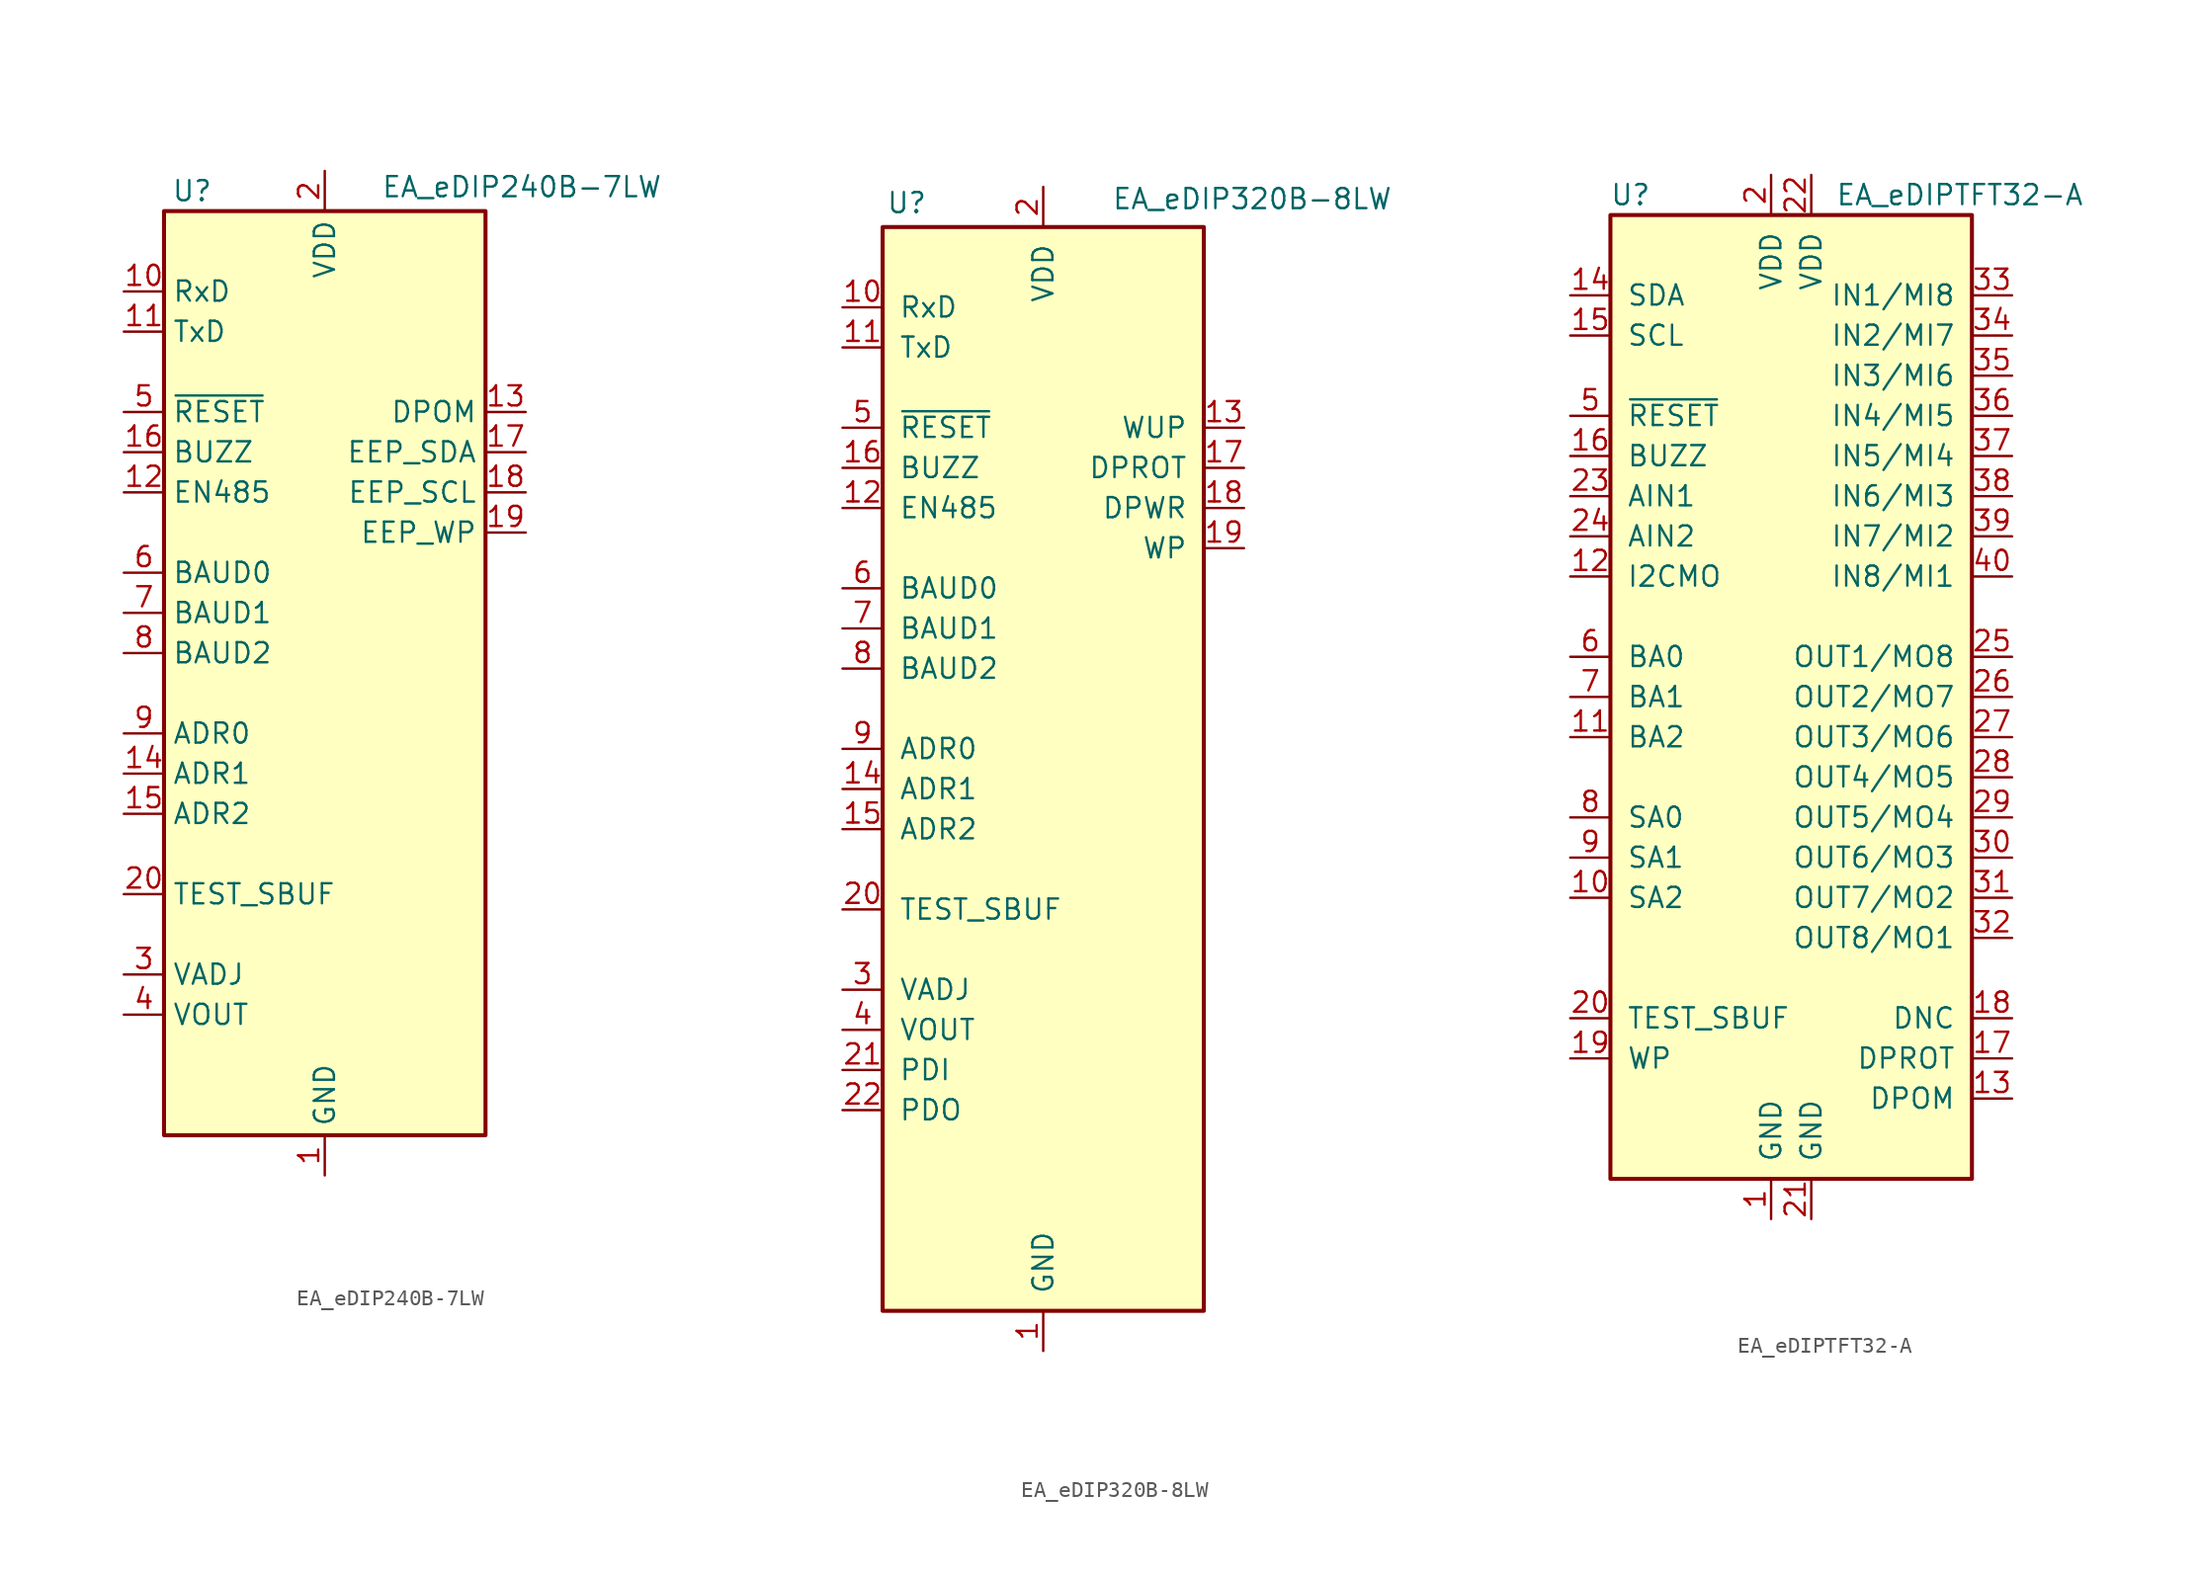
<source format=kicad_sym>
(kicad_symbol_lib
  (version 20201005)
  (generator kicad_symbol_editor)
  (symbol "Display_Graphic:EA_eDIP240B-7LW"
    (property "Reference" "U"
      (at -8.382 29.21 0)
      (effects (font (size 1.27 1.27))))
    (property "Value" "EA_eDIP240B-7LW"
      (at 3.556 29.464 0)
      (effects (font (size 1.27 1.27)) (justify left)))
    (symbol "EA_eDIP240B-7LW_0_1"
      (rectangle (start -10.16 27.94) (end 10.16 -30.48) (stroke (width 0.254)) (fill (type background))))
    (symbol "EA_eDIP240B-7LW_1_1"
      (pin power_in line (at 0 -33.02 90) (length 2.54) (name "GND" (effects (font (size 1.27 1.27)))) (number "1" (effects (font (size 1.27 1.27)))))
      (pin input line (at -12.7 22.86 0) (length 2.54) (name "RxD" (effects (font (size 1.27 1.27)))) (number "10" (effects (font (size 1.27 1.27)))))
      (pin output line (at -12.7 20.32 0) (length 2.54) (name "TxD" (effects (font (size 1.27 1.27)))) (number "11" (effects (font (size 1.27 1.27)))))
      (pin output line (at -12.7 10.16 0) (length 2.54) (name "EN485" (effects (font (size 1.27 1.27)))) (number "12" (effects (font (size 1.27 1.27)))))
      (pin input line (at 12.7 15.24 180) (length 2.54) (name "DPOM" (effects (font (size 1.27 1.27)))) (number "13" (effects (font (size 1.27 1.27)))))
      (pin input line (at -12.7 -7.62 0) (length 2.54) (name "ADR1" (effects (font (size 1.27 1.27)))) (number "14" (effects (font (size 1.27 1.27)))))
      (pin input line (at -12.7 -10.16 0) (length 2.54) (name "ADR2" (effects (font (size 1.27 1.27)))) (number "15" (effects (font (size 1.27 1.27)))))
      (pin output line (at -12.7 12.7 0) (length 2.54) (name "BUZZ" (effects (font (size 1.27 1.27)))) (number "16" (effects (font (size 1.27 1.27)))))
      (pin bidirectional line (at 12.7 12.7 180) (length 2.54) (name "EEP_SDA" (effects (font (size 1.27 1.27)))) (number "17" (effects (font (size 1.27 1.27)))))
      (pin output line (at 12.7 10.16 180) (length 2.54) (name "EEP_SCL" (effects (font (size 1.27 1.27)))) (number "18" (effects (font (size 1.27 1.27)))))
      (pin input line (at 12.7 7.62 180) (length 2.54) (name "EEP_WP" (effects (font (size 1.27 1.27)))) (number "19" (effects (font (size 1.27 1.27)))))
      (pin power_in line (at 0 30.48 270) (length 2.54) (name "VDD" (effects (font (size 1.27 1.27)))) (number "2" (effects (font (size 1.27 1.27)))))
      (pin open_collector line (at -12.7 -15.24 0) (length 2.54) (name "TEST_SBUF" (effects (font (size 1.27 1.27)))) (number "20" (effects (font (size 1.27 1.27)))))
      (pin no_connect line (at -10.16 -25.4 0) (length 2.54) hide (name "NC" (effects (font (size 1.27 1.27)))) (number "21" (effects (font (size 1.27 1.27)))))
      (pin no_connect line (at -10.16 -27.94 0) (length 2.54) hide (name "NC" (effects (font (size 1.27 1.27)))) (number "22" (effects (font (size 1.27 1.27)))))
      (pin no_connect line (at 10.16 25.4 180) (length 2.54) hide (name "NC" (effects (font (size 1.27 1.27)))) (number "23" (effects (font (size 1.27 1.27)))))
      (pin no_connect line (at 10.16 22.86 180) (length 2.54) hide (name "NC" (effects (font (size 1.27 1.27)))) (number "24" (effects (font (size 1.27 1.27)))))
      (pin no_connect line (at 10.16 20.32 180) (length 2.54) hide (name "NC" (effects (font (size 1.27 1.27)))) (number "25" (effects (font (size 1.27 1.27)))))
      (pin no_connect line (at 10.16 17.78 180) (length 2.54) hide (name "NC" (effects (font (size 1.27 1.27)))) (number "26" (effects (font (size 1.27 1.27)))))
      (pin no_connect line (at 10.16 5.08 180) (length 2.54) hide (name "NC" (effects (font (size 1.27 1.27)))) (number "27" (effects (font (size 1.27 1.27)))))
      (pin no_connect line (at 10.16 2.54 180) (length 2.54) hide (name "NC" (effects (font (size 1.27 1.27)))) (number "28" (effects (font (size 1.27 1.27)))))
      (pin no_connect line (at 10.16 0 180) (length 2.54) hide (name "NC" (effects (font (size 1.27 1.27)))) (number "29" (effects (font (size 1.27 1.27)))))
      (pin input line (at -12.7 -20.32 0) (length 2.54) (name "VADJ" (effects (font (size 1.27 1.27)))) (number "3" (effects (font (size 1.27 1.27)))))
      (pin no_connect line (at 10.16 -2.54 180) (length 2.54) hide (name "NC" (effects (font (size 1.27 1.27)))) (number "30" (effects (font (size 1.27 1.27)))))
      (pin no_connect line (at 10.16 -5.08 180) (length 2.54) hide (name "NC" (effects (font (size 1.27 1.27)))) (number "31" (effects (font (size 1.27 1.27)))))
      (pin no_connect line (at 10.16 -7.62 180) (length 2.54) hide (name "NC" (effects (font (size 1.27 1.27)))) (number "32" (effects (font (size 1.27 1.27)))))
      (pin no_connect line (at 10.16 -10.16 180) (length 2.54) hide (name "NC" (effects (font (size 1.27 1.27)))) (number "33" (effects (font (size 1.27 1.27)))))
      (pin no_connect line (at 10.16 -12.7 180) (length 2.54) hide (name "NC" (effects (font (size 1.27 1.27)))) (number "34" (effects (font (size 1.27 1.27)))))
      (pin no_connect line (at 10.16 -15.24 180) (length 2.54) hide (name "NC" (effects (font (size 1.27 1.27)))) (number "35" (effects (font (size 1.27 1.27)))))
      (pin no_connect line (at 10.16 -17.78 180) (length 2.54) hide (name "NC" (effects (font (size 1.27 1.27)))) (number "36" (effects (font (size 1.27 1.27)))))
      (pin no_connect line (at 10.16 -20.32 180) (length 2.54) hide (name "NC" (effects (font (size 1.27 1.27)))) (number "37" (effects (font (size 1.27 1.27)))))
      (pin no_connect line (at 10.16 -22.86 180) (length 2.54) hide (name "NC" (effects (font (size 1.27 1.27)))) (number "38" (effects (font (size 1.27 1.27)))))
      (pin no_connect line (at 10.16 -25.4 180) (length 2.54) hide (name "NC" (effects (font (size 1.27 1.27)))) (number "39" (effects (font (size 1.27 1.27)))))
      (pin output line (at -12.7 -22.86 0) (length 2.54) (name "VOUT" (effects (font (size 1.27 1.27)))) (number "4" (effects (font (size 1.27 1.27)))))
      (pin no_connect line (at 10.16 -27.94 180) (length 2.54) hide (name "NC" (effects (font (size 1.27 1.27)))) (number "40" (effects (font (size 1.27 1.27)))))
      (pin input line (at -12.7 15.24 0) (length 2.54) (name "~RESET" (effects (font (size 1.27 1.27)))) (number "5" (effects (font (size 1.27 1.27)))))
      (pin input line (at -12.7 5.08 0) (length 2.54) (name "BAUD0" (effects (font (size 1.27 1.27)))) (number "6" (effects (font (size 1.27 1.27)))))
      (pin input line (at -12.7 2.54 0) (length 2.54) (name "BAUD1" (effects (font (size 1.27 1.27)))) (number "7" (effects (font (size 1.27 1.27)))))
      (pin input line (at -12.7 0 0) (length 2.54) (name "BAUD2" (effects (font (size 1.27 1.27)))) (number "8" (effects (font (size 1.27 1.27)))))
      (pin input line (at -12.7 -5.08 0) (length 2.54) (name "ADR0" (effects (font (size 1.27 1.27)))) (number "9" (effects (font (size 1.27 1.27)))))))
  (symbol "Display_Graphic:EA_eDIP320B-8LW"
    (pin_names
      (offset 1.016))
    (property "Reference" "U"
      (at -8.636 29.464 0)
      (effects (font (size 1.27 1.27))))
    (property "Value" "EA_eDIP320B-8LW"
      (at 4.318 29.718 0)
      (effects (font (size 1.27 1.27)) (justify left)))
    (symbol "EA_eDIP320B-8LW_0_1"
      (rectangle (start -10.16 27.94) (end 10.16 -40.64) (stroke (width 0.254)) (fill (type background))))
    (symbol "EA_eDIP320B-8LW_1_1"
      (pin power_in line (at 0 -43.18 90) (length 2.54) (name "GND" (effects (font (size 1.27 1.27)))) (number "1" (effects (font (size 1.27 1.27)))))
      (pin input line (at -12.7 22.86 0) (length 2.54) (name "RxD" (effects (font (size 1.27 1.27)))) (number "10" (effects (font (size 1.27 1.27)))))
      (pin output line (at -12.7 20.32 0) (length 2.54) (name "TxD" (effects (font (size 1.27 1.27)))) (number "11" (effects (font (size 1.27 1.27)))))
      (pin output line (at -12.7 10.16 0) (length 2.54) (name "EN485" (effects (font (size 1.27 1.27)))) (number "12" (effects (font (size 1.27 1.27)))))
      (pin input line (at 12.7 15.24 180) (length 2.54) (name "WUP" (effects (font (size 1.27 1.27)))) (number "13" (effects (font (size 1.27 1.27)))))
      (pin input line (at -12.7 -7.62 0) (length 2.54) (name "ADR1" (effects (font (size 1.27 1.27)))) (number "14" (effects (font (size 1.27 1.27)))))
      (pin input line (at -12.7 -10.16 0) (length 2.54) (name "ADR2" (effects (font (size 1.27 1.27)))) (number "15" (effects (font (size 1.27 1.27)))))
      (pin output line (at -12.7 12.7 0) (length 2.54) (name "BUZZ" (effects (font (size 1.27 1.27)))) (number "16" (effects (font (size 1.27 1.27)))))
      (pin input line (at 12.7 12.7 180) (length 2.54) (name "DPROT" (effects (font (size 1.27 1.27)))) (number "17" (effects (font (size 1.27 1.27)))))
      (pin output line (at 12.7 10.16 180) (length 2.54) (name "DPWR" (effects (font (size 1.27 1.27)))) (number "18" (effects (font (size 1.27 1.27)))))
      (pin input line (at 12.7 7.62 180) (length 2.54) (name "WP" (effects (font (size 1.27 1.27)))) (number "19" (effects (font (size 1.27 1.27)))))
      (pin power_in line (at 0 30.48 270) (length 2.54) (name "VDD" (effects (font (size 1.27 1.27)))) (number "2" (effects (font (size 1.27 1.27)))))
      (pin open_collector line (at -12.7 -15.24 0) (length 2.54) (name "TEST_SBUF" (effects (font (size 1.27 1.27)))) (number "20" (effects (font (size 1.27 1.27)))))
      (pin input line (at -12.7 -25.4 0) (length 2.54) (name "PDI" (effects (font (size 1.27 1.27)))) (number "21" (effects (font (size 1.27 1.27)))))
      (pin output line (at -12.7 -27.94 0) (length 2.54) (name "PDO" (effects (font (size 1.27 1.27)))) (number "22" (effects (font (size 1.27 1.27)))))
      (pin no_connect line (at -10.16 -30.48 0) (length 2.54) hide (name "NC" (effects (font (size 1.27 1.27)))) (number "23" (effects (font (size 1.27 1.27)))))
      (pin no_connect line (at -10.16 -33.02 0) (length 2.54) hide (name "NC" (effects (font (size 1.27 1.27)))) (number "24" (effects (font (size 1.27 1.27)))))
      (pin no_connect line (at -10.16 -35.56 0) (length 2.54) hide (name "NC" (effects (font (size 1.27 1.27)))) (number "25" (effects (font (size 1.27 1.27)))))
      (pin no_connect line (at -10.16 -38.1 0) (length 2.54) hide (name "NC" (effects (font (size 1.27 1.27)))) (number "26" (effects (font (size 1.27 1.27)))))
      (pin no_connect line (at 10.16 25.4 180) (length 2.54) hide (name "NC" (effects (font (size 1.27 1.27)))) (number "27" (effects (font (size 1.27 1.27)))))
      (pin no_connect line (at 10.16 22.86 180) (length 2.54) hide (name "NC" (effects (font (size 1.27 1.27)))) (number "28" (effects (font (size 1.27 1.27)))))
      (pin no_connect line (at 10.16 20.32 180) (length 2.54) hide (name "NC" (effects (font (size 1.27 1.27)))) (number "29" (effects (font (size 1.27 1.27)))))
      (pin input line (at -12.7 -20.32 0) (length 2.54) (name "VADJ" (effects (font (size 1.27 1.27)))) (number "3" (effects (font (size 1.27 1.27)))))
      (pin no_connect line (at 10.16 17.78 180) (length 2.54) hide (name "NC" (effects (font (size 1.27 1.27)))) (number "30" (effects (font (size 1.27 1.27)))))
      (pin no_connect line (at 10.16 5.08 180) (length 2.54) hide (name "NC" (effects (font (size 1.27 1.27)))) (number "31" (effects (font (size 1.27 1.27)))))
      (pin no_connect line (at 10.16 2.54 180) (length 2.54) hide (name "NC" (effects (font (size 1.27 1.27)))) (number "32" (effects (font (size 1.27 1.27)))))
      (pin no_connect line (at 10.16 0 180) (length 2.54) hide (name "NC" (effects (font (size 1.27 1.27)))) (number "33" (effects (font (size 1.27 1.27)))))
      (pin no_connect line (at 10.16 -2.54 180) (length 2.54) hide (name "NC" (effects (font (size 1.27 1.27)))) (number "34" (effects (font (size 1.27 1.27)))))
      (pin no_connect line (at 10.16 -5.08 180) (length 2.54) hide (name "NC" (effects (font (size 1.27 1.27)))) (number "35" (effects (font (size 1.27 1.27)))))
      (pin no_connect line (at 10.16 -7.62 180) (length 2.54) hide (name "NC" (effects (font (size 1.27 1.27)))) (number "36" (effects (font (size 1.27 1.27)))))
      (pin no_connect line (at 10.16 -10.16 180) (length 2.54) hide (name "NC" (effects (font (size 1.27 1.27)))) (number "37" (effects (font (size 1.27 1.27)))))
      (pin no_connect line (at 10.16 -12.7 180) (length 2.54) hide (name "NC" (effects (font (size 1.27 1.27)))) (number "38" (effects (font (size 1.27 1.27)))))
      (pin no_connect line (at 10.16 -15.24 180) (length 2.54) hide (name "NC" (effects (font (size 1.27 1.27)))) (number "39" (effects (font (size 1.27 1.27)))))
      (pin output line (at -12.7 -22.86 0) (length 2.54) (name "VOUT" (effects (font (size 1.27 1.27)))) (number "4" (effects (font (size 1.27 1.27)))))
      (pin no_connect line (at 10.16 -17.78 180) (length 2.54) hide (name "NC" (effects (font (size 1.27 1.27)))) (number "40" (effects (font (size 1.27 1.27)))))
      (pin no_connect line (at 10.16 -20.32 180) (length 2.54) hide (name "NC" (effects (font (size 1.27 1.27)))) (number "41" (effects (font (size 1.27 1.27)))))
      (pin no_connect line (at 10.16 -22.86 180) (length 2.54) hide (name "NC" (effects (font (size 1.27 1.27)))) (number "42" (effects (font (size 1.27 1.27)))))
      (pin no_connect line (at 10.16 -25.4 180) (length 2.54) hide (name "NC" (effects (font (size 1.27 1.27)))) (number "43" (effects (font (size 1.27 1.27)))))
      (pin no_connect line (at 10.16 -27.94 180) (length 2.54) hide (name "NC" (effects (font (size 1.27 1.27)))) (number "44" (effects (font (size 1.27 1.27)))))
      (pin no_connect line (at 10.16 -30.48 180) (length 2.54) hide (name "NC" (effects (font (size 1.27 1.27)))) (number "45" (effects (font (size 1.27 1.27)))))
      (pin no_connect line (at 10.16 -33.02 180) (length 2.54) hide (name "NC" (effects (font (size 1.27 1.27)))) (number "46" (effects (font (size 1.27 1.27)))))
      (pin no_connect line (at 10.16 -35.56 180) (length 2.54) hide (name "NC" (effects (font (size 1.27 1.27)))) (number "47" (effects (font (size 1.27 1.27)))))
      (pin input line (at -12.7 15.24 0) (length 2.54) (name "~RESET" (effects (font (size 1.27 1.27)))) (number "5" (effects (font (size 1.27 1.27)))))
      (pin input line (at -12.7 5.08 0) (length 2.54) (name "BAUD0" (effects (font (size 1.27 1.27)))) (number "6" (effects (font (size 1.27 1.27)))))
      (pin input line (at -12.7 2.54 0) (length 2.54) (name "BAUD1" (effects (font (size 1.27 1.27)))) (number "7" (effects (font (size 1.27 1.27)))))
      (pin no_connect line (at 10.16 -38.1 180) (length 2.54) hide (name "NC" (effects (font (size 1.27 1.27)))) (number "78" (effects (font (size 1.27 1.27)))))
      (pin input line (at -12.7 0 0) (length 2.54) (name "BAUD2" (effects (font (size 1.27 1.27)))) (number "8" (effects (font (size 1.27 1.27)))))
      (pin input line (at -12.7 -5.08 0) (length 2.54) (name "ADR0" (effects (font (size 1.27 1.27)))) (number "9" (effects (font (size 1.27 1.27)))))))
  (symbol "Display_Graphic:EA_eDIPTFT32-A"
    (pin_names
      (offset 1.016))
    (property "Reference" "U"
      (at -11.43 31.75 0)
      (effects (font (size 1.27 1.27))))
    (property "Value" "EA_eDIPTFT32-A"
      (at 1.524 31.75 0)
      (effects (font (size 1.27 1.27)) (justify left)))
    (symbol "EA_eDIPTFT32-A_0_1"
      (rectangle (start -12.7 30.48) (end 10.16 -30.48) (stroke (width 0.254)) (fill (type background))))
    (symbol "EA_eDIPTFT32-A_1_1"
      (pin power_in line (at -2.54 -33.02 90) (length 2.54) (name "GND" (effects (font (size 1.27 1.27)))) (number "1" (effects (font (size 1.27 1.27)))))
      (pin input line (at -15.24 -12.7 0) (length 2.54) (name "SA2" (effects (font (size 1.27 1.27)))) (number "10" (effects (font (size 1.27 1.27)))))
      (pin input line (at -15.24 -2.54 0) (length 2.54) (name "BA2" (effects (font (size 1.27 1.27)))) (number "11" (effects (font (size 1.27 1.27)))))
      (pin input line (at -15.24 7.62 0) (length 2.54) (name "I2CMO" (effects (font (size 1.27 1.27)))) (number "12" (effects (font (size 1.27 1.27)))))
      (pin input line (at 12.7 -25.4 180) (length 2.54) (name "DPOM" (effects (font (size 1.27 1.27)))) (number "13" (effects (font (size 1.27 1.27)))))
      (pin bidirectional line (at -15.24 25.4 0) (length 2.54) (name "SDA" (effects (font (size 1.27 1.27)))) (number "14" (effects (font (size 1.27 1.27)))))
      (pin input line (at -15.24 22.86 0) (length 2.54) (name "SCL" (effects (font (size 1.27 1.27)))) (number "15" (effects (font (size 1.27 1.27)))))
      (pin output line (at -15.24 15.24 0) (length 2.54) (name "BUZZ" (effects (font (size 1.27 1.27)))) (number "16" (effects (font (size 1.27 1.27)))))
      (pin input line (at 12.7 -22.86 180) (length 2.54) (name "DPROT" (effects (font (size 1.27 1.27)))) (number "17" (effects (font (size 1.27 1.27)))))
      (pin output line (at 12.7 -20.32 180) (length 2.54) (name "DNC" (effects (font (size 1.27 1.27)))) (number "18" (effects (font (size 1.27 1.27)))))
      (pin input line (at -15.24 -22.86 0) (length 2.54) (name "WP" (effects (font (size 1.27 1.27)))) (number "19" (effects (font (size 1.27 1.27)))))
      (pin power_in line (at -2.54 33.02 270) (length 2.54) (name "VDD" (effects (font (size 1.27 1.27)))) (number "2" (effects (font (size 1.27 1.27)))))
      (pin bidirectional line (at -15.24 -20.32 0) (length 2.54) (name "TEST_SBUF" (effects (font (size 1.27 1.27)))) (number "20" (effects (font (size 1.27 1.27)))))
      (pin power_in line (at 0 -33.02 90) (length 2.54) (name "GND" (effects (font (size 1.27 1.27)))) (number "21" (effects (font (size 1.27 1.27)))))
      (pin power_in line (at 0 33.02 270) (length 2.54) (name "VDD" (effects (font (size 1.27 1.27)))) (number "22" (effects (font (size 1.27 1.27)))))
      (pin input line (at -15.24 12.7 0) (length 2.54) (name "AIN1" (effects (font (size 1.27 1.27)))) (number "23" (effects (font (size 1.27 1.27)))))
      (pin input line (at -15.24 10.16 0) (length 2.54) (name "AIN2" (effects (font (size 1.27 1.27)))) (number "24" (effects (font (size 1.27 1.27)))))
      (pin output line (at 12.7 2.54 180) (length 2.54) (name "OUT1/MO8" (effects (font (size 1.27 1.27)))) (number "25" (effects (font (size 1.27 1.27)))))
      (pin output line (at 12.7 0 180) (length 2.54) (name "OUT2/MO7" (effects (font (size 1.27 1.27)))) (number "26" (effects (font (size 1.27 1.27)))))
      (pin output line (at 12.7 -2.54 180) (length 2.54) (name "OUT3/MO6" (effects (font (size 1.27 1.27)))) (number "27" (effects (font (size 1.27 1.27)))))
      (pin output line (at 12.7 -5.08 180) (length 2.54) (name "OUT4/MO5" (effects (font (size 1.27 1.27)))) (number "28" (effects (font (size 1.27 1.27)))))
      (pin output line (at 12.7 -7.62 180) (length 2.54) (name "OUT5/MO4" (effects (font (size 1.27 1.27)))) (number "29" (effects (font (size 1.27 1.27)))))
      (pin no_connect line (at 10.16 -27.94 180) (length 2.54) hide (name "NC" (effects (font (size 1.27 1.27)))) (number "3" (effects (font (size 1.27 1.27)))))
      (pin output line (at 12.7 -10.16 180) (length 2.54) (name "OUT6/MO3" (effects (font (size 1.27 1.27)))) (number "30" (effects (font (size 1.27 1.27)))))
      (pin output line (at 12.7 -12.7 180) (length 2.54) (name "OUT7/MO2" (effects (font (size 1.27 1.27)))) (number "31" (effects (font (size 1.27 1.27)))))
      (pin output line (at 12.7 -15.24 180) (length 2.54) (name "OUT8/MO1" (effects (font (size 1.27 1.27)))) (number "32" (effects (font (size 1.27 1.27)))))
      (pin input line (at 12.7 25.4 180) (length 2.54) (name "IN1/MI8" (effects (font (size 1.27 1.27)))) (number "33" (effects (font (size 1.27 1.27)))))
      (pin input line (at 12.7 22.86 180) (length 2.54) (name "IN2/MI7" (effects (font (size 1.27 1.27)))) (number "34" (effects (font (size 1.27 1.27)))))
      (pin input line (at 12.7 20.32 180) (length 2.54) (name "IN3/MI6" (effects (font (size 1.27 1.27)))) (number "35" (effects (font (size 1.27 1.27)))))
      (pin input line (at 12.7 17.78 180) (length 2.54) (name "IN4/MI5" (effects (font (size 1.27 1.27)))) (number "36" (effects (font (size 1.27 1.27)))))
      (pin input line (at 12.7 15.24 180) (length 2.54) (name "IN5/MI4" (effects (font (size 1.27 1.27)))) (number "37" (effects (font (size 1.27 1.27)))))
      (pin input line (at 12.7 12.7 180) (length 2.54) (name "IN6/MI3" (effects (font (size 1.27 1.27)))) (number "38" (effects (font (size 1.27 1.27)))))
      (pin input line (at 12.7 10.16 180) (length 2.54) (name "IN7/MI2" (effects (font (size 1.27 1.27)))) (number "39" (effects (font (size 1.27 1.27)))))
      (pin no_connect line (at -12.7 -27.94 0) (length 2.54) hide (name "NC" (effects (font (size 1.27 1.27)))) (number "4" (effects (font (size 1.27 1.27)))))
      (pin input line (at 12.7 7.62 180) (length 2.54) (name "IN8/MI1" (effects (font (size 1.27 1.27)))) (number "40" (effects (font (size 1.27 1.27)))))
      (pin input line (at -15.24 17.78 0) (length 2.54) (name "~RESET" (effects (font (size 1.27 1.27)))) (number "5" (effects (font (size 1.27 1.27)))))
      (pin input line (at -15.24 2.54 0) (length 2.54) (name "BA0" (effects (font (size 1.27 1.27)))) (number "6" (effects (font (size 1.27 1.27)))))
      (pin input line (at -15.24 0 0) (length 2.54) (name "BA1" (effects (font (size 1.27 1.27)))) (number "7" (effects (font (size 1.27 1.27)))))
      (pin input line (at -15.24 -7.62 0) (length 2.54) (name "SA0" (effects (font (size 1.27 1.27)))) (number "8" (effects (font (size 1.27 1.27)))))
      (pin input line (at -15.24 -10.16 0) (length 2.54) (name "SA1" (effects (font (size 1.27 1.27)))) (number "9" (effects (font (size 1.27 1.27))))))))
</source>
